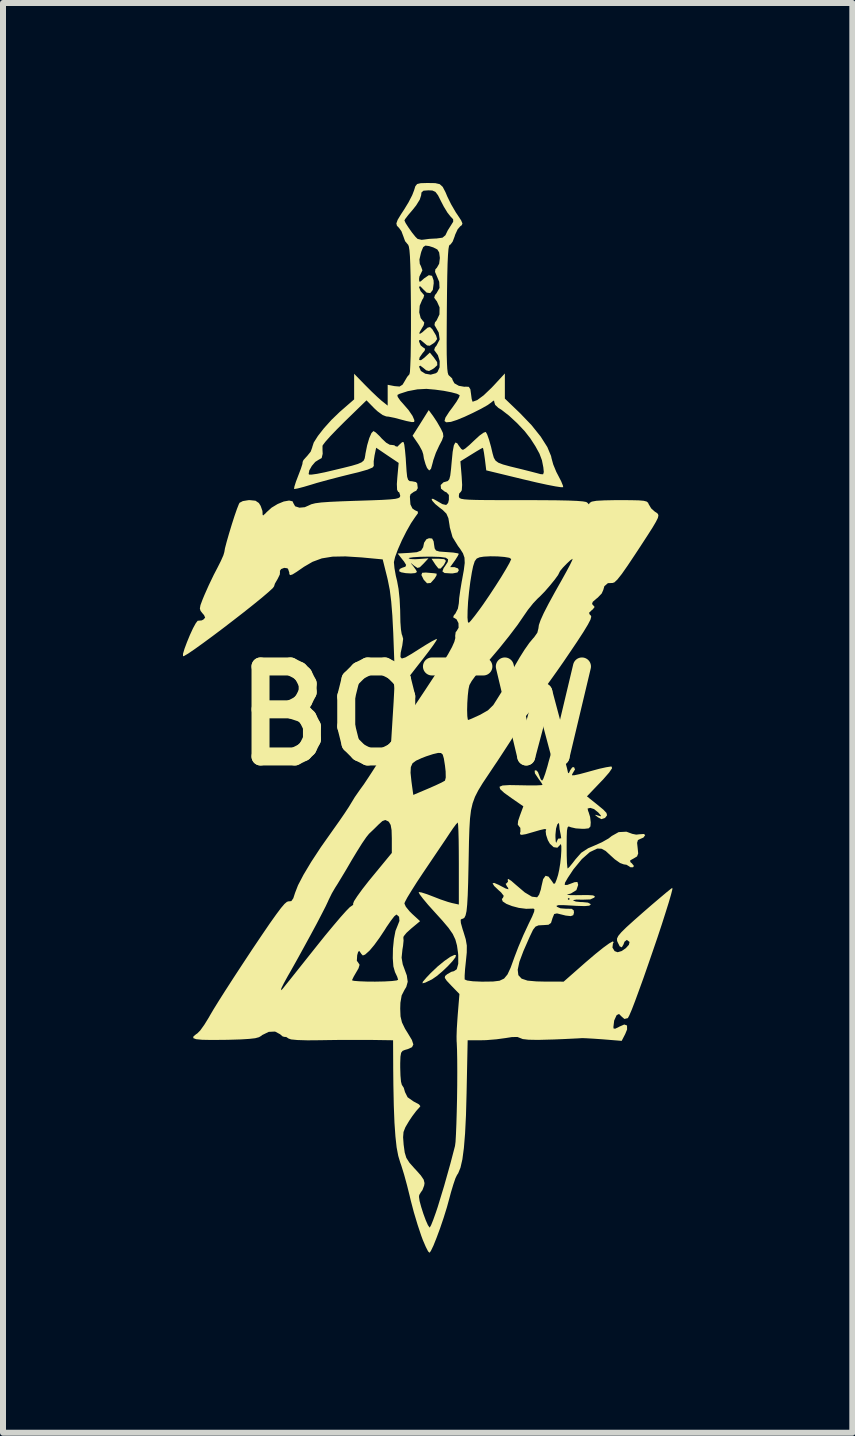
<source format=kicad_pcb>
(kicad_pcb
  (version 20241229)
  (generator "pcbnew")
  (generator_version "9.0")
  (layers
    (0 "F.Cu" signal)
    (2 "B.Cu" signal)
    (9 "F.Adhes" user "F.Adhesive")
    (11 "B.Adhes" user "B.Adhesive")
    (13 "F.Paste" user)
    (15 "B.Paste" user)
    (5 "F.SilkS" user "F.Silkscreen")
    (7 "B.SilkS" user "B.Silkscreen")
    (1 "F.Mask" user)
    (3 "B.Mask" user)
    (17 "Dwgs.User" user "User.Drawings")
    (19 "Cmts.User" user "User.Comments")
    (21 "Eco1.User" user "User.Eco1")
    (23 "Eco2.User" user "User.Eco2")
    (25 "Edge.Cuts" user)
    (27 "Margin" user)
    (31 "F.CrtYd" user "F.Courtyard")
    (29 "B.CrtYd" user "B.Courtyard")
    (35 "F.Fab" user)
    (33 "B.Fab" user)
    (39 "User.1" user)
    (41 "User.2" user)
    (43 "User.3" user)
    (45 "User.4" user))
  (footprint "BOTW"
    (layer "F.Cu")
    (at 3.899 8.879)
    (property "Reference" "BOTW" (at 0 0 0) (layer "F.SilkS") (effects (font (size 1.5 1.5) (thickness 0.3))))
    (attr board_only exclude_from_pos_files exclude_from_bom)
    (fp_poly (pts (xy 0.455 -2.61) (xy 0.483 -2.582) (xy 0.454 -2.523) (xy 0.44 -2.503) (xy 0.394 -2.453) (xy 0.357 -2.455) (xy 0.31 -2.515) (xy 0.3 -2.53) (xy 0.243 -2.617) (xy 0.366 -2.617)) (stroke (width 0) (type solid)) (fill yes) (layer "F.SilkS"))
    (fp_poly (pts (xy 0.241 -2.379) (xy 0.289 -2.375) (xy 0.329 -2.368) (xy 0.326 -2.339) (xy 0.293 -2.285) (xy 0.228 -2.213) (xy 0.168 -2.208) (xy 0.113 -2.267) (xy 0.074 -2.346) (xy 0.087 -2.383) (xy 0.148 -2.387)) (stroke (width 0) (type solid)) (fill yes) (layer "F.SilkS"))
    (fp_poly (pts (xy 0.65 3.988) (xy 0.642 4.024) (xy 0.592 4.09) (xy 0.514 4.174) (xy 0.422 4.261) (xy 0.329 4.339) (xy 0.249 4.394) (xy 0.238 4.399) (xy 0.139 4.447) (xy 0.092 4.459) (xy 0.098 4.433) (xy 0.155 4.366) (xy 0.228 4.289) (xy 0.346 4.177) (xy 0.46 4.084) (xy 0.557 4.017) (xy 0.626 3.985)) (stroke (width 0) (type solid)) (fill yes) (layer "F.SilkS"))
    (fp_poly (pts (xy 0.267 -4.998) (xy 0.334 -4.897) (xy 0.397 -4.787) (xy 0.399 -4.784) (xy 0.433 -4.712) (xy 0.44 -4.657) (xy 0.418 -4.592) (xy 0.372 -4.505) (xy 0.315 -4.382) (xy 0.272 -4.258) (xy 0.261 -4.213) (xy 0.234 -4.116) (xy 0.204 -4.088) (xy 0.168 -4.13) (xy 0.143 -4.192) (xy 0.116 -4.285) (xy 0.105 -4.355) (xy 0.105 -4.356) (xy 0.086 -4.416) (xy 0.038 -4.504) (xy 0.016 -4.538) (xy -0.073 -4.667) (xy 0.062 -4.88) (xy 0.196 -5.094)) (stroke (width 0) (type solid)) (fill yes) (layer "F.SilkS"))
    (fp_poly (pts (xy 0.253 -2.954) (xy 0.278 -2.906) (xy 0.285 -2.854) (xy 0.295 -2.789) (xy 0.318 -2.754) (xy 0.374 -2.737) (xy 0.48 -2.729) (xy 0.497 -2.728) (xy 0.605 -2.72) (xy 0.678 -2.708) (xy 0.698 -2.699) (xy 0.679 -2.661) (xy 0.635 -2.591) (xy 0.626 -2.579) (xy 0.553 -2.477) (xy 0.626 -2.477) (xy 0.684 -2.456) (xy 0.698 -2.425) (xy 0.675 -2.388) (xy 0.598 -2.373) (xy 0.558 -2.373) (xy 0.46 -2.379) (xy 0.424 -2.406) (xy 0.444 -2.46) (xy 0.47 -2.497) (xy 0.513 -2.563) (xy 0.519 -2.607) (xy 0.48 -2.634) (xy 0.389 -2.647) (xy 0.237 -2.652) (xy 0.192 -2.652) (xy 0.049 -2.649) (xy -0.062 -2.642) (xy -0.128 -2.632) (xy -0.14 -2.625) (xy -0.108 -2.612) (xy -0.029 -2.609) (xy 0.026 -2.612) (xy 0.192 -2.624) (xy 0.107 -2.533) (xy 0.048 -2.475) (xy 0.008 -2.464) (xy -0.04 -2.496) (xy -0.05 -2.503) (xy -0.099 -2.544) (xy -0.098 -2.537) (xy -0.061 -2.492) (xy -0.016 -2.43) (xy 0 -2.396) (xy -0.03 -2.378) (xy -0.101 -2.372) (xy -0.188 -2.377) (xy -0.263 -2.391) (xy -0.298 -2.41) (xy -0.288 -2.446) (xy -0.248 -2.466) (xy -0.192 -2.485) (xy -0.181 -2.514) (xy -0.215 -2.57) (xy -0.248 -2.611) (xy -0.321 -2.704) (xy -0.124 -2.715) (xy -0.002 -2.726) (xy 0.068 -2.753) (xy 0.103 -2.808) (xy 0.119 -2.884) (xy 0.157 -2.941) (xy 0.201 -2.959)) (stroke (width 0) (type solid)) (fill yes) (layer "F.SilkS"))
    (fp_poly (pts (xy 0.305 -8.877) (xy 0.379 -8.86) (xy 0.429 -8.815) (xy 0.475 -8.727) (xy 0.506 -8.653) (xy 0.569 -8.525) (xy 0.648 -8.389) (xy 0.678 -8.345) (xy 0.737 -8.255) (xy 0.758 -8.204) (xy 0.746 -8.175) (xy 0.724 -8.16) (xy 0.678 -8.107) (xy 0.636 -8.016) (xy 0.628 -7.989) (xy 0.595 -7.902) (xy 0.559 -7.854) (xy 0.548 -7.85) (xy 0.535 -7.833) (xy 0.525 -7.777) (xy 0.517 -7.678) (xy 0.51 -7.53) (xy 0.505 -7.328) (xy 0.501 -7.066) (xy 0.498 -6.767) (xy 0.496 -6.459) (xy 0.495 -6.214) (xy 0.496 -6.024) (xy 0.5 -5.883) (xy 0.505 -5.784) (xy 0.513 -5.719) (xy 0.524 -5.682) (xy 0.538 -5.666) (xy 0.541 -5.665) (xy 0.587 -5.621) (xy 0.593 -5.597) (xy 0.624 -5.541) (xy 0.698 -5.499) (xy 0.79 -5.483) (xy 0.813 -5.485) (xy 0.864 -5.482) (xy 0.89 -5.442) (xy 0.901 -5.364) (xy 0.912 -5.28) (xy 0.926 -5.236) (xy 0.929 -5.234) (xy 1.004 -5.261) (xy 1.111 -5.34) (xy 1.242 -5.465) (xy 1.282 -5.507) (xy 1.465 -5.705) (xy 1.465 -5.495) (xy 1.465 -5.286) (xy 1.719 -5.042) (xy 1.909 -4.844) (xy 2.062 -4.653) (xy 2.173 -4.478) (xy 2.235 -4.329) (xy 2.243 -4.291) (xy 2.271 -4.189) (xy 2.322 -4.065) (xy 2.354 -4.004) (xy 2.404 -3.907) (xy 2.433 -3.835) (xy 2.437 -3.81) (xy 2.401 -3.809) (xy 2.308 -3.823) (xy 2.169 -3.85) (xy 1.994 -3.888) (xy 1.795 -3.935) (xy 1.79 -3.936) (xy 1.155 -4.09) (xy 1.132 -4.278) (xy 1.117 -4.382) (xy 1.104 -4.45) (xy 1.097 -4.466) (xy 1.064 -4.449) (xy 0.989 -4.405) (xy 0.905 -4.353) (xy 0.724 -4.241) (xy 0.745 -3.987) (xy 0.753 -3.847) (xy 0.747 -3.759) (xy 0.732 -3.733) (xy 0.704 -3.704) (xy 0.698 -3.663) (xy 0.7 -3.644) (xy 0.711 -3.628) (xy 0.738 -3.616) (xy 0.788 -3.607) (xy 0.87 -3.601) (xy 0.989 -3.597) (xy 1.154 -3.595) (xy 1.372 -3.594) (xy 1.649 -3.594) (xy 1.759 -3.594) (xy 2.076 -3.593) (xy 2.329 -3.591) (xy 2.525 -3.587) (xy 2.667 -3.581) (xy 2.764 -3.573) (xy 2.82 -3.563) (xy 2.841 -3.55) (xy 2.864 -3.524) (xy 2.881 -3.55) (xy 2.913 -3.569) (xy 2.991 -3.583) (xy 3.123 -3.59) (xy 3.316 -3.594) (xy 3.373 -3.594) (xy 3.563 -3.593) (xy 3.695 -3.59) (xy 3.779 -3.583) (xy 3.828 -3.57) (xy 3.852 -3.55) (xy 3.862 -3.526) (xy 3.904 -3.456) (xy 3.964 -3.402) (xy 3.996 -3.382) (xy 4.017 -3.363) (xy 4.024 -3.336) (xy 4.014 -3.295) (xy 3.982 -3.231) (xy 3.926 -3.136) (xy 3.841 -3.003) (xy 3.724 -2.823) (xy 3.641 -2.697) (xy 3.511 -2.502) (xy 3.413 -2.362) (xy 3.34 -2.27) (xy 3.29 -2.223) (xy 3.258 -2.213) (xy 3.256 -2.213) (xy 3.182 -2.21) (xy 3.123 -2.159) (xy 3.105 -2.096) (xy 3.079 -2.038) (xy 3.014 -1.97) (xy 2.996 -1.956) (xy 2.93 -1.899) (xy 2.918 -1.863) (xy 2.935 -1.844) (xy 2.961 -1.813) (xy 2.93 -1.773) (xy 2.913 -1.76) (xy 2.868 -1.716) (xy 2.88 -1.685) (xy 2.893 -1.677) (xy 2.905 -1.652) (xy 2.892 -1.603) (xy 2.849 -1.52) (xy 2.774 -1.396) (xy 2.668 -1.233) (xy 2.554 -1.064) (xy 2.44 -0.896) (xy 2.337 -0.749) (xy 2.259 -0.639) (xy 2.251 -0.628) (xy 2.156 -0.496) (xy 2.063 -0.354) (xy 2.007 -0.263) (xy 1.936 -0.151) (xy 1.864 -0.052) (xy 1.829 -0.011) (xy 1.765 0.068) (xy 1.727 0.139) (xy 1.701 0.189) (xy 1.643 0.287) (xy 1.558 0.423) (xy 1.452 0.586) (xy 1.333 0.768) (xy 1.308 0.804) (xy 1.19 0.981) (xy 1.095 1.123) (xy 1.022 1.243) (xy 0.967 1.351) (xy 0.928 1.458) (xy 0.901 1.575) (xy 0.884 1.713) (xy 0.874 1.883) (xy 0.867 2.095) (xy 0.862 2.361) (xy 0.859 2.512) (xy 0.853 2.784) (xy 0.846 2.993) (xy 0.837 3.148) (xy 0.826 3.257) (xy 0.81 3.327) (xy 0.79 3.367) (xy 0.765 3.383) (xy 0.749 3.384) (xy 0.728 3.4) (xy 0.732 3.454) (xy 0.761 3.558) (xy 0.775 3.6) (xy 0.813 3.725) (xy 0.831 3.83) (xy 0.83 3.946) (xy 0.816 4.088) (xy 0.802 4.221) (xy 0.795 4.328) (xy 0.795 4.39) (xy 0.796 4.395) (xy 0.836 4.412) (xy 0.932 4.425) (xy 1.073 4.431) (xy 1.114 4.431) (xy 1.268 4.429) (xy 1.376 4.416) (xy 1.452 4.38) (xy 1.509 4.311) (xy 1.561 4.199) (xy 1.622 4.031) (xy 1.622 4.03) (xy 1.689 3.855) (xy 1.772 3.659) (xy 1.853 3.485) (xy 1.856 3.478) (xy 1.92 3.346) (xy 1.953 3.265) (xy 1.958 3.224) (xy 1.939 3.213) (xy 1.929 3.214) (xy 1.819 3.217) (xy 1.699 3.202) (xy 1.585 3.172) (xy 1.491 3.135) (xy 1.429 3.094) (xy 1.415 3.054) (xy 1.416 3.053) (xy 2.512 3.053) (xy 2.53 3.07) (xy 2.547 3.053) (xy 2.53 3.035) (xy 2.512 3.053) (xy 1.416 3.053) (xy 1.434 3.033) (xy 1.446 3.001) (xy 1.403 2.945) (xy 1.367 2.913) (xy 1.287 2.837) (xy 1.26 2.793) (xy 1.286 2.785) (xy 1.365 2.819) (xy 1.379 2.827) (xy 1.479 2.879) (xy 1.524 2.892) (xy 1.519 2.868) (xy 1.5 2.844) (xy 1.478 2.8) (xy 1.495 2.791) (xy 1.517 2.765) (xy 1.512 2.73) (xy 1.522 2.719) (xy 1.572 2.751) (xy 1.643 2.813) (xy 1.797 2.944) (xy 1.916 3.015) (xy 2 3.025) (xy 2.005 3.023) (xy 2.036 2.981) (xy 2.065 2.894) (xy 2.074 2.847) (xy 2.103 2.723) (xy 2.143 2.667) (xy 2.193 2.681) (xy 2.254 2.763) (xy 2.259 2.772) (xy 2.282 2.803) (xy 2.303 2.79) (xy 2.329 2.725) (xy 2.352 2.652) (xy 2.371 2.566) (xy 2.388 2.46) (xy 2.4 2.35) (xy 2.406 2.249) (xy 2.406 2.173) (xy 2.399 2.137) (xy 2.384 2.154) (xy 2.34 2.199) (xy 2.278 2.19) (xy 2.216 2.133) (xy 2.181 2.072) (xy 2.165 2.024) (xy 2.308 2.024) (xy 2.313 2.099) (xy 2.322 2.119) (xy 2.327 2.102) (xy 2.353 2.048) (xy 2.381 2.046) (xy 2.404 2.041) (xy 2.396 1.985) (xy 2.377 1.889) (xy 2.372 1.832) (xy 2.366 1.786) (xy 2.344 1.805) (xy 2.338 1.814) (xy 2.318 1.88) (xy 2.308 1.982) (xy 2.308 2.024) (xy 2.165 2.024) (xy 2.152 1.984) (xy 2.145 1.923) (xy 2.148 1.915) (xy 2.154 1.892) (xy 2.125 1.888) (xy 2.05 1.905) (xy 1.94 1.937) (xy 1.815 1.973) (xy 1.744 1.985) (xy 1.717 1.974) (xy 1.721 1.939) (xy 1.725 1.93) (xy 1.723 1.868) (xy 1.703 1.845) (xy 1.68 1.813) (xy 1.686 1.752) (xy 1.716 1.663) (xy 1.773 1.509) (xy 1.578 1.374) (xy 1.454 1.285) (xy 1.386 1.222) (xy 1.376 1.183) (xy 1.426 1.162) (xy 1.54 1.155) (xy 1.721 1.158) (xy 1.723 1.158) (xy 1.875 1.161) (xy 1.996 1.16) (xy 2.073 1.156) (xy 2.093 1.151) (xy 2.073 1.115) (xy 2.026 1.05) (xy 2.024 1.047) (xy 1.966 0.96) (xy 1.961 0.915) (xy 1.985 0.907) (xy 2.016 0.937) (xy 2.038 0.994) (xy 2.063 1.06) (xy 2.086 1.082) (xy 2.106 1.05) (xy 2.137 0.966) (xy 2.174 0.844) (xy 2.194 0.768) (xy 2.233 0.631) (xy 2.27 0.524) (xy 2.299 0.463) (xy 2.309 0.454) (xy 2.342 0.484) (xy 2.387 0.561) (xy 2.434 0.667) (xy 2.476 0.782) (xy 2.501 0.875) (xy 2.517 0.948) (xy 2.531 0.958) (xy 2.552 0.912) (xy 2.552 0.911) (xy 2.587 0.86) (xy 2.618 0.856) (xy 2.634 0.895) (xy 2.613 0.929) (xy 2.585 0.977) (xy 2.587 0.993) (xy 2.624 0.991) (xy 2.713 0.972) (xy 2.836 0.939) (xy 2.897 0.922) (xy 3.036 0.884) (xy 3.153 0.858) (xy 3.23 0.846) (xy 3.245 0.847) (xy 3.251 0.875) (xy 3.203 0.946) (xy 3.103 1.061) (xy 3.065 1.1) (xy 2.833 1.343) (xy 3.004 1.48) (xy 3.106 1.564) (xy 3.158 1.619) (xy 3.168 1.658) (xy 3.143 1.693) (xy 3.129 1.705) (xy 3.074 1.723) (xy 3.015 1.691) (xy 2.969 1.654) (xy 2.98 1.651) (xy 3.018 1.663) (xy 3.065 1.676) (xy 3.064 1.661) (xy 3.021 1.611) (xy 2.951 1.555) (xy 2.889 1.535) (xy 2.844 1.546) (xy 2.853 1.589) (xy 2.86 1.603) (xy 2.886 1.687) (xy 2.896 1.777) (xy 2.891 1.845) (xy 2.862 1.876) (xy 2.79 1.884) (xy 2.754 1.884) (xy 2.648 1.877) (xy 2.565 1.858) (xy 2.553 1.853) (xy 2.527 1.844) (xy 2.51 1.861) (xy 2.5 1.914) (xy 2.496 2.013) (xy 2.495 2.171) (xy 2.495 2.184) (xy 2.496 2.333) (xy 2.5 2.453) (xy 2.507 2.527) (xy 2.512 2.546) (xy 2.541 2.519) (xy 2.596 2.452) (xy 2.642 2.392) (xy 2.738 2.283) (xy 2.853 2.208) (xy 2.956 2.164) (xy 3.082 2.108) (xy 3.193 2.045) (xy 3.247 2.003) (xy 3.361 1.939) (xy 3.491 1.932) (xy 3.589 1.968) (xy 3.654 1.981) (xy 3.718 1.974) (xy 3.785 1.97) (xy 3.803 1.991) (xy 3.774 2.03) (xy 3.73 2.049) (xy 3.683 2.071) (xy 3.669 2.118) (xy 3.678 2.204) (xy 3.687 2.295) (xy 3.668 2.344) (xy 3.612 2.378) (xy 3.554 2.41) (xy 3.556 2.438) (xy 3.582 2.46) (xy 3.616 2.503) (xy 3.601 2.525) (xy 3.553 2.524) (xy 3.542 2.513) (xy 3.492 2.483) (xy 3.448 2.477) (xy 3.385 2.454) (xy 3.298 2.393) (xy 3.235 2.336) (xy 3.145 2.253) (xy 3.077 2.216) (xy 3.014 2.213) (xy 3.001 2.215) (xy 2.881 2.272) (xy 2.748 2.389) (xy 2.608 2.559) (xy 2.514 2.701) (xy 2.467 2.783) (xy 2.463 2.82) (xy 2.506 2.819) (xy 2.605 2.782) (xy 2.625 2.774) (xy 2.674 2.77) (xy 2.687 2.818) (xy 2.657 2.906) (xy 2.566 2.962) (xy 2.512 2.977) (xy 2.503 2.984) (xy 2.554 2.989) (xy 2.654 2.99) (xy 2.71 2.989) (xy 2.85 2.988) (xy 2.931 2.993) (xy 2.964 3.006) (xy 2.957 3.028) (xy 2.956 3.03) (xy 2.888 3.061) (xy 2.761 3.065) (xy 2.753 3.065) (xy 2.661 3.063) (xy 2.609 3.071) (xy 2.605 3.079) (xy 2.647 3.096) (xy 2.731 3.105) (xy 2.758 3.105) (xy 2.85 3.114) (xy 2.894 3.138) (xy 2.896 3.145) (xy 2.872 3.165) (xy 2.796 3.172) (xy 2.662 3.168) (xy 2.594 3.164) (xy 2.446 3.156) (xy 2.359 3.156) (xy 2.326 3.167) (xy 2.332 3.183) (xy 2.392 3.209) (xy 2.485 3.216) (xy 2.495 3.216) (xy 2.578 3.217) (xy 2.612 3.242) (xy 2.617 3.281) (xy 2.605 3.323) (xy 2.564 3.339) (xy 2.48 3.33) (xy 2.343 3.296) (xy 2.333 3.294) (xy 2.287 3.304) (xy 2.258 3.375) (xy 2.256 3.383) (xy 2.234 3.453) (xy 2.192 3.483) (xy 2.105 3.489) (xy 2.101 3.489) (xy 2.026 3.493) (xy 1.976 3.514) (xy 1.935 3.566) (xy 1.887 3.666) (xy 1.876 3.69) (xy 1.774 3.922) (xy 1.707 4.101) (xy 1.679 4.232) (xy 1.69 4.323) (xy 1.744 4.381) (xy 1.843 4.414) (xy 1.99 4.427) (xy 2.121 4.43) (xy 2.445 4.431) (xy 2.812 4.108) (xy 2.973 3.971) (xy 3.105 3.865) (xy 3.203 3.794) (xy 3.262 3.761) (xy 3.279 3.771) (xy 3.266 3.797) (xy 3.258 3.863) (xy 3.294 3.922) (xy 3.344 3.941) (xy 3.412 3.921) (xy 3.481 3.873) (xy 3.532 3.817) (xy 3.543 3.771) (xy 3.542 3.769) (xy 3.498 3.735) (xy 3.459 3.766) (xy 3.442 3.811) (xy 3.414 3.859) (xy 3.379 3.843) (xy 3.341 3.766) (xy 3.335 3.747) (xy 3.334 3.713) (xy 3.355 3.669) (xy 3.405 3.609) (xy 3.49 3.525) (xy 3.616 3.411) (xy 3.769 3.276) (xy 3.92 3.145) (xy 4.053 3.032) (xy 4.16 2.942) (xy 4.231 2.885) (xy 4.256 2.868) (xy 4.256 2.895) (xy 4.235 2.978) (xy 4.197 3.109) (xy 4.144 3.278) (xy 4.081 3.476) (xy 4.009 3.693) (xy 3.931 3.921) (xy 3.852 4.15) (xy 3.775 4.371) (xy 3.701 4.575) (xy 3.636 4.753) (xy 3.581 4.896) (xy 3.539 4.994) (xy 3.515 5.038) (xy 3.514 5.039) (xy 3.457 5.053) (xy 3.41 5.012) (xy 3.368 4.97) (xy 3.332 4.987) (xy 3.325 4.995) (xy 3.287 5.079) (xy 3.274 5.185) (xy 3.276 5.211) (xy 3.303 5.216) (xy 3.365 5.186) (xy 3.371 5.182) (xy 3.455 5.145) (xy 3.501 5.162) (xy 3.502 5.228) (xy 3.471 5.304) (xy 3.412 5.418) (xy 3.093 5.392) (xy 2.949 5.382) (xy 2.83 5.375) (xy 2.754 5.372) (xy 2.739 5.373) (xy 2.693 5.376) (xy 2.591 5.381) (xy 2.447 5.388) (xy 2.277 5.395) (xy 2.24 5.396) (xy 2.018 5.402) (xy 1.86 5.399) (xy 1.763 5.388) (xy 1.728 5.374) (xy 1.674 5.353) (xy 1.581 5.355) (xy 1.479 5.371) (xy 1.324 5.392) (xy 1.151 5.406) (xy 1.062 5.408) (xy 0.845 5.408) (xy 0.827 6.289) (xy 0.817 6.657) (xy 0.802 6.961) (xy 0.782 7.205) (xy 0.757 7.393) (xy 0.725 7.532) (xy 0.687 7.625) (xy 0.668 7.653) (xy 0.642 7.706) (xy 0.607 7.809) (xy 0.566 7.945) (xy 0.544 8.028) (xy 0.499 8.192) (xy 0.444 8.369) (xy 0.385 8.543) (xy 0.326 8.702) (xy 0.274 8.832) (xy 0.232 8.919) (xy 0.21 8.949) (xy 0.186 8.927) (xy 0.147 8.851) (xy 0.098 8.737) (xy 0.07 8.661) (xy 0.011 8.484) (xy -0.052 8.274) (xy -0.106 8.068) (xy -0.122 7.999) (xy -0.166 7.823) (xy -0.214 7.647) (xy -0.26 7.498) (xy -0.28 7.441) (xy -0.312 7.334) (xy -0.339 7.192) (xy -0.359 7.009) (xy -0.375 6.78) (xy -0.386 6.498) (xy -0.393 6.157) (xy -0.396 5.863) (xy -0.279 5.863) (xy -0.275 5.995) (xy -0.266 6.097) (xy -0.252 6.151) (xy -0.249 6.155) (xy -0.22 6.2) (xy -0.199 6.272) (xy -0.156 6.358) (xy -0.058 6.427) (xy -0.047 6.433) (xy 0.033 6.476) (xy 0.057 6.506) (xy 0.034 6.536) (xy 0.033 6.536) (xy -0.013 6.587) (xy -0.079 6.675) (xy -0.132 6.754) (xy -0.193 6.857) (xy -0.224 6.937) (xy -0.231 7.024) (xy -0.222 7.148) (xy -0.221 7.155) (xy -0.204 7.279) (xy -0.177 7.368) (xy -0.126 7.448) (xy -0.039 7.546) (xy -0.027 7.558) (xy 0.064 7.66) (xy 0.112 7.731) (xy 0.126 7.788) (xy 0.12 7.829) (xy 0.092 7.904) (xy 0.066 7.94) (xy 0.038 7.987) (xy 0.034 8.018) (xy 0.044 8.087) (xy 0.071 8.187) (xy 0.107 8.3) (xy 0.146 8.406) (xy 0.182 8.488) (xy 0.209 8.527) (xy 0.214 8.528) (xy 0.236 8.489) (xy 0.272 8.399) (xy 0.317 8.273) (xy 0.346 8.186) (xy 0.452 7.838) (xy 0.556 7.468) (xy 0.634 7.17) (xy 0.643 7.101) (xy 0.65 6.975) (xy 0.657 6.805) (xy 0.663 6.604) (xy 0.668 6.383) (xy 0.671 6.157) (xy 0.672 5.938) (xy 0.671 5.738) (xy 0.668 5.57) (xy 0.663 5.448) (xy 0.661 5.425) (xy 0.66 5.345) (xy 0.664 5.217) (xy 0.674 5.062) (xy 0.68 4.979) (xy 0.708 4.637) (xy 0.572 4.497) (xy 0.496 4.416) (xy 0.464 4.368) (xy 0.469 4.337) (xy 0.504 4.307) (xy 0.574 4.267) (xy 0.615 4.257) (xy 0.663 4.225) (xy 0.688 4.134) (xy 0.688 3.991) (xy 0.684 3.947) (xy 0.667 3.828) (xy 0.64 3.729) (xy 0.596 3.636) (xy 0.526 3.535) (xy 0.422 3.412) (xy 0.296 3.273) (xy 0.186 3.151) (xy 0.1 3.048) (xy 0.044 2.974) (xy 0.028 2.939) (xy 0.03 2.938) (xy 0.077 2.945) (xy 0.168 2.974) (xy 0.267 3.012) (xy 0.396 3.062) (xy 0.518 3.103) (xy 0.584 3.121) (xy 0.698 3.146) (xy 0.698 2.463) (xy 0.697 2.253) (xy 0.695 2.069) (xy 0.691 1.922) (xy 0.686 1.822) (xy 0.681 1.78) (xy 0.68 1.779) (xy 0.653 1.806) (xy 0.601 1.876) (xy 0.542 1.963) (xy 0.48 2.057) (xy 0.388 2.193) (xy 0.278 2.356) (xy 0.16 2.531) (xy 0.106 2.611) (xy -0.001 2.772) (xy -0.092 2.916) (xy -0.162 3.031) (xy -0.202 3.107) (xy -0.209 3.13) (xy -0.185 3.183) (xy -0.124 3.258) (xy -0.079 3.303) (xy 0.052 3.423) (xy -0.096 3.546) (xy -0.175 3.618) (xy -0.221 3.675) (xy -0.227 3.698) (xy -0.223 3.746) (xy -0.232 3.837) (xy -0.242 3.895) (xy -0.256 4.032) (xy -0.237 4.143) (xy -0.221 4.186) (xy -0.169 4.328) (xy -0.154 4.433) (xy -0.178 4.519) (xy -0.208 4.569) (xy -0.255 4.661) (xy -0.276 4.783) (xy -0.279 4.881) (xy -0.274 5.01) (xy -0.25 5.11) (xy -0.199 5.215) (xy -0.153 5.289) (xy -0.084 5.404) (xy -0.06 5.478) (xy -0.082 5.523) (xy -0.152 5.555) (xy -0.201 5.569) (xy -0.24 5.585) (xy -0.264 5.617) (xy -0.275 5.68) (xy -0.279 5.79) (xy -0.279 5.863) (xy -0.396 5.863) (xy -0.396 5.818) (xy -0.398 5.408) (xy -0.731 5.403) (xy -0.893 5.402) (xy -1.1 5.402) (xy -1.328 5.403) (xy -1.552 5.406) (xy -1.592 5.407) (xy -1.825 5.409) (xy -1.993 5.404) (xy -2.098 5.394) (xy -2.143 5.378) (xy -2.144 5.376) (xy -2.183 5.351) (xy -2.196 5.354) (xy -2.237 5.345) (xy -2.282 5.307) (xy -2.365 5.263) (xy -2.471 5.268) (xy -2.579 5.321) (xy -2.594 5.334) (xy -2.633 5.357) (xy -2.696 5.374) (xy -2.793 5.385) (xy -2.937 5.394) (xy -3.137 5.4) (xy -3.196 5.401) (xy -3.42 5.403) (xy -3.58 5.4) (xy -3.681 5.39) (xy -3.728 5.372) (xy -3.726 5.345) (xy -3.681 5.307) (xy -3.662 5.295) (xy -3.612 5.245) (xy -3.544 5.15) (xy -3.47 5.03) (xy -3.451 4.996) (xy -3.394 4.899) (xy -3.305 4.755) (xy -3.191 4.575) (xy -2.267 4.575) (xy -2.241 4.554) (xy -2.239 4.551) (xy -2.211 4.516) (xy -2.145 4.433) (xy -2.125 4.409) (xy -1.082 4.409) (xy -1.049 4.418) (xy -0.961 4.425) (xy -0.831 4.43) (xy -0.698 4.431) (xy -0.544 4.428) (xy -0.419 4.421) (xy -0.338 4.411) (xy -0.314 4.4) (xy -0.329 4.35) (xy -0.366 4.272) (xy -0.367 4.269) (xy -0.393 4.177) (xy -0.403 4.04) (xy -0.4 3.88) (xy -0.384 3.721) (xy -0.358 3.585) (xy -0.323 3.498) (xy -0.292 3.419) (xy -0.298 3.35) (xy -0.337 3.315) (xy -0.345 3.315) (xy -0.378 3.342) (xy -0.435 3.416) (xy -0.508 3.522) (xy -0.537 3.569) (xy -0.624 3.7) (xy -0.712 3.821) (xy -0.785 3.908) (xy -0.798 3.921) (xy -0.864 3.98) (xy -0.902 3.995) (xy -0.928 3.968) (xy -0.936 3.955) (xy -0.963 3.918) (xy -0.981 3.937) (xy -0.996 3.99) (xy -1.002 4.083) (xy -0.977 4.117) (xy -0.956 4.15) (xy -0.974 4.209) (xy -1.007 4.266) (xy -1.054 4.347) (xy -1.08 4.401) (xy -1.082 4.409) (xy -2.125 4.409) (xy -2.048 4.312) (xy -1.927 4.16) (xy -1.787 3.984) (xy -1.678 3.847) (xy -1.529 3.661) (xy -1.391 3.495) (xy -1.273 3.356) (xy -1.18 3.252) (xy -1.118 3.189) (xy -1.097 3.175) (xy -1.063 3.151) (xy -1.064 3.131) (xy -1.049 3.09) (xy -0.995 3.007) (xy -0.911 2.891) (xy -0.804 2.754) (xy -0.749 2.687) (xy -0.419 2.286) (xy -0.419 2.045) (xy -0.423 1.906) (xy -0.438 1.82) (xy -0.467 1.77) (xy -0.48 1.759) (xy -0.528 1.737) (xy -0.576 1.755) (xy -0.635 1.808) (xy -0.719 1.891) (xy -0.796 1.964) (xy -0.8 1.968) (xy -0.845 2.024) (xy -0.915 2.126) (xy -0.999 2.26) (xy -1.086 2.404) (xy -1.175 2.557) (xy -1.258 2.695) (xy -1.324 2.804) (xy -1.363 2.865) (xy -1.418 2.959) (xy -1.474 3.073) (xy -1.482 3.092) (xy -1.52 3.173) (xy -1.586 3.302) (xy -1.673 3.469) (xy -1.776 3.66) (xy -1.888 3.865) (xy -2.002 4.072) (xy -2.112 4.268) (xy -2.152 4.337) (xy -2.22 4.461) (xy -2.26 4.542) (xy -2.267 4.575) (xy -3.191 4.575) (xy -3.19 4.574) (xy -3.056 4.366) (xy -2.91 4.143) (xy -2.759 3.914) (xy -2.756 3.909) (xy -2.587 3.658) (xy -2.452 3.46) (xy -2.346 3.311) (xy -2.266 3.204) (xy -2.208 3.136) (xy -2.167 3.101) (xy -2.139 3.092) (xy -2.137 3.093) (xy -2.094 3.089) (xy -2.061 3.042) (xy -2.032 2.953) (xy -1.982 2.824) (xy -1.891 2.65) (xy -1.763 2.436) (xy -1.601 2.189) (xy -1.409 1.917) (xy -1.397 1.9) (xy -1.297 1.759) (xy -1.205 1.625) (xy -1.134 1.517) (xy -1.102 1.464) (xy -1.035 1.354) (xy -0.955 1.239) (xy -0.942 1.221) (xy -0.884 1.141) (xy -0.803 1.019) (xy -0.758 0.95) (xy -0.107 0.95) (xy -0.092 1.093) (xy -0.083 1.161) (xy -0.061 1.319) (xy 0.187 1.214) (xy 0.31 1.16) (xy 0.408 1.114) (xy 0.464 1.083) (xy 0.467 1.08) (xy 0.48 1.03) (xy 0.478 0.928) (xy 0.467 0.83) (xy 0.448 0.711) (xy 0.429 0.646) (xy 0.401 0.621) (xy 0.355 0.619) (xy 0.349 0.62) (xy 0.268 0.639) (xy 0.154 0.676) (xy 0.079 0.705) (xy -0.015 0.748) (xy -0.074 0.792) (xy -0.102 0.855) (xy -0.107 0.95) (xy -0.758 0.95) (xy -0.709 0.874) (xy -0.639 0.764) (xy -0.43 0.429) (xy -0.401 -0.038) (xy -0.389 -0.231) (xy -0.381 -0.384) (xy -0.375 -0.515) (xy -0.373 -0.637) (xy -0.374 -0.767) (xy -0.378 -0.919) (xy -0.385 -1.109) (xy -0.394 -1.351) (xy -0.395 -1.378) (xy -0.41 -1.669) (xy -0.429 -1.904) (xy -0.453 -2.097) (xy -0.486 -2.263) (xy -0.496 -2.306) (xy -0.571 -2.606) (xy -0.922 -2.639) (xy -1.191 -2.656) (xy -1.407 -2.652) (xy -1.586 -2.623) (xy -1.74 -2.566) (xy -1.886 -2.481) (xy -1.891 -2.477) (xy -2.007 -2.397) (xy -2.077 -2.354) (xy -2.114 -2.344) (xy -2.127 -2.362) (xy -2.128 -2.388) (xy -2.148 -2.446) (xy -2.16 -2.458) (xy -2.212 -2.465) (xy -2.264 -2.445) (xy -2.286 -2.412) (xy -2.282 -2.402) (xy -2.286 -2.354) (xy -2.322 -2.28) (xy -2.325 -2.275) (xy -2.367 -2.203) (xy -2.381 -2.158) (xy -2.381 -2.157) (xy -2.404 -2.126) (xy -2.475 -2.061) (xy -2.584 -1.968) (xy -2.723 -1.855) (xy -2.884 -1.727) (xy -3.058 -1.592) (xy -3.235 -1.456) (xy -3.408 -1.326) (xy -3.567 -1.209) (xy -3.705 -1.11) (xy -3.812 -1.037) (xy -3.88 -0.997) (xy -3.899 -0.992) (xy -3.899 -1.033) (xy -3.874 -1.117) (xy -3.833 -1.227) (xy -3.784 -1.346) (xy -3.733 -1.457) (xy -3.687 -1.541) (xy -3.655 -1.583) (xy -3.648 -1.584) (xy -3.589 -1.589) (xy -3.56 -1.603) (xy -3.53 -1.635) (xy -3.548 -1.677) (xy -3.574 -1.707) (xy -3.606 -1.747) (xy -3.618 -1.787) (xy -3.608 -1.844) (xy -3.573 -1.938) (xy -3.541 -2.015) (xy -3.47 -2.175) (xy -3.387 -2.348) (xy -3.326 -2.465) (xy -3.268 -2.58) (xy -3.226 -2.675) (xy -3.21 -2.73) (xy -3.21 -2.73) (xy -3.2 -2.79) (xy -3.172 -2.897) (xy -3.133 -3.033) (xy -3.088 -3.182) (xy -3.042 -3.326) (xy -3 -3.447) (xy -2.968 -3.528) (xy -2.956 -3.55) (xy -2.902 -3.578) (xy -2.81 -3.593) (xy -2.788 -3.594) (xy -2.691 -3.584) (xy -2.635 -3.546) (xy -2.605 -3.498) (xy -2.575 -3.413) (xy -2.572 -3.349) (xy -2.564 -3.338) (xy -2.523 -3.374) (xy -2.507 -3.392) (xy -2.423 -3.468) (xy -2.322 -3.529) (xy -2.22 -3.571) (xy -2.131 -3.587) (xy -2.073 -3.574) (xy -2.059 -3.542) (xy -2.03 -3.491) (xy -1.959 -3.468) (xy -1.87 -3.476) (xy -1.804 -3.505) (xy -1.761 -3.525) (xy -1.694 -3.542) (xy -1.594 -3.555) (xy -1.453 -3.565) (xy -1.26 -3.574) (xy -1.007 -3.583) (xy -0.998 -3.583) (xy -0.756 -3.591) (xy -0.576 -3.598) (xy -0.447 -3.606) (xy -0.362 -3.615) (xy -0.312 -3.627) (xy -0.287 -3.642) (xy -0.279 -3.662) (xy -0.279 -3.669) (xy -0.295 -3.723) (xy -0.314 -3.733) (xy -0.331 -3.766) (xy -0.335 -3.862) (xy -0.327 -3.973) (xy -0.305 -4.214) (xy -0.493 -4.34) (xy -0.68 -4.467) (xy -0.707 -4.337) (xy -0.721 -4.241) (xy -0.72 -4.172) (xy -0.718 -4.165) (xy -0.74 -4.137) (xy -0.824 -4.102) (xy -0.975 -4.059) (xy -1.092 -4.031) (xy -1.285 -3.983) (xy -1.488 -3.93) (xy -1.67 -3.88) (xy -1.758 -3.853) (xy -1.886 -3.815) (xy -1.986 -3.789) (xy -2.042 -3.779) (xy -2.048 -3.781) (xy -2.043 -3.818) (xy -2.017 -3.901) (xy -1.977 -4.006) (xy -1.967 -4.032) (xy -1.805 -4.032) (xy -1.799 -4.02) (xy -1.758 -4.019) (xy -1.665 -4.032) (xy -1.536 -4.058) (xy -1.438 -4.081) (xy -1.233 -4.13) (xy -1.085 -4.167) (xy -0.985 -4.197) (xy -0.923 -4.224) (xy -0.888 -4.253) (xy -0.871 -4.29) (xy -0.862 -4.34) (xy -0.858 -4.37) (xy -0.83 -4.508) (xy -0.795 -4.627) (xy -0.758 -4.712) (xy -0.725 -4.745) (xy -0.725 -4.745) (xy -0.686 -4.721) (xy -0.622 -4.66) (xy -0.587 -4.621) (xy -0.514 -4.552) (xy -0.452 -4.516) (xy -0.432 -4.515) (xy -0.376 -4.508) (xy -0.362 -4.494) (xy -0.327 -4.484) (xy -0.292 -4.519) (xy -0.247 -4.56) (xy -0.223 -4.561) (xy -0.211 -4.518) (xy -0.199 -4.423) (xy -0.187 -4.292) (xy -0.183 -4.223) (xy -0.173 -4.074) (xy -0.163 -3.981) (xy -0.147 -3.932) (xy -0.122 -3.911) (xy -0.083 -3.908) (xy -0.082 -3.908) (xy -0.017 -3.895) (xy 0.004 -3.873) (xy 0.012 -3.806) (xy 0.014 -3.794) (xy -0.011 -3.751) (xy -0.052 -3.732) (xy -0.107 -3.692) (xy -0.118 -3.653) (xy -0.112 -3.566) (xy -0.109 -3.523) (xy -0.076 -3.455) (xy -0.033 -3.425) (xy 0.014 -3.404) (xy 0.016 -3.375) (xy -0.026 -3.317) (xy -0.029 -3.313) (xy -0.099 -3.209) (xy -0.176 -3.073) (xy -0.252 -2.922) (xy -0.317 -2.774) (xy -0.364 -2.648) (xy -0.384 -2.562) (xy -0.384 -2.557) (xy -0.375 -2.461) (xy -0.352 -2.332) (xy -0.331 -2.245) (xy -0.307 -2.115) (xy -0.289 -1.945) (xy -0.28 -1.765) (xy -0.279 -1.709) (xy -0.276 -1.561) (xy -0.267 -1.439) (xy -0.254 -1.36) (xy -0.246 -1.341) (xy -0.23 -1.282) (xy -0.244 -1.174) (xy -0.245 -1.169) (xy -0.271 -1.05) (xy -0.275 -0.979) (xy -0.252 -0.954) (xy -0.191 -0.973) (xy -0.086 -1.034) (xy 0.021 -1.102) (xy 0.147 -1.181) (xy 0.25 -1.242) (xy 0.317 -1.276) (xy 0.335 -1.281) (xy 0.321 -1.25) (xy 0.271 -1.175) (xy 0.193 -1.069) (xy 0.097 -0.944) (xy -0.008 -0.81) (xy -0.1 -0.691) (xy -0.17 -0.602) (xy -0.203 -0.557) (xy -0.218 -0.51) (xy -0.234 -0.418) (xy -0.248 -0.298) (xy -0.261 -0.165) (xy -0.27 -0.036) (xy -0.275 0.073) (xy -0.273 0.147) (xy -0.264 0.17) (xy -0.263 0.168) (xy -0.241 0.137) (xy -0.187 0.057) (xy -0.106 -0.064) (xy -0.086 -0.095) (xy 0.836 -0.095) (xy 0.839 0.004) (xy 0.847 0.062) (xy 0.854 0.07) (xy 0.892 0.056) (xy 0.973 0.02) (xy 1.054 -0.017) (xy 1.182 -0.09) (xy 1.272 -0.178) (xy 1.338 -0.282) (xy 1.4 -0.381) (xy 1.457 -0.453) (xy 1.487 -0.478) (xy 1.521 -0.522) (xy 1.517 -0.56) (xy 1.527 -0.615) (xy 1.568 -0.711) (xy 1.632 -0.834) (xy 1.71 -0.969) (xy 1.793 -1.101) (xy 1.873 -1.215) (xy 1.94 -1.295) (xy 1.951 -1.306) (xy 2.006 -1.384) (xy 2.024 -1.455) (xy 2.032 -1.513) (xy 2.061 -1.596) (xy 2.113 -1.711) (xy 2.192 -1.865) (xy 2.302 -2.066) (xy 2.411 -2.259) (xy 2.488 -2.398) (xy 2.549 -2.512) (xy 2.586 -2.589) (xy 2.595 -2.617) (xy 2.558 -2.593) (xy 2.498 -2.537) (xy 2.433 -2.47) (xy 2.385 -2.412) (xy 2.373 -2.388) (xy 2.351 -2.344) (xy 2.294 -2.266) (xy 2.216 -2.17) (xy 2.13 -2.071) (xy 2.049 -1.988) (xy 2.012 -1.954) (xy 1.938 -1.876) (xy 1.85 -1.766) (xy 1.787 -1.675) (xy 1.678 -1.516) (xy 1.534 -1.326) (xy 1.372 -1.124) (xy 1.206 -0.928) (xy 1.076 -0.784) (xy 0.985 -0.679) (xy 0.912 -0.579) (xy 0.874 -0.511) (xy 0.859 -0.443) (xy 0.847 -0.337) (xy 0.839 -0.215) (xy 0.836 -0.095) (xy -0.086 -0.095) (xy -0.005 -0.216) (xy 0.111 -0.39) (xy 0.131 -0.42) (xy 0.296 -0.671) (xy 0.424 -0.871) (xy 0.519 -1.027) (xy 0.584 -1.145) (xy 0.623 -1.233) (xy 0.639 -1.295) (xy 0.637 -1.331) (xy 0.645 -1.393) (xy 0.661 -1.412) (xy 0.694 -1.467) (xy 0.692 -1.544) (xy 0.66 -1.607) (xy 0.641 -1.619) (xy 0.61 -1.637) (xy 0.842 -1.637) (xy 0.849 -1.564) (xy 0.864 -1.548) (xy 0.899 -1.585) (xy 0.964 -1.666) (xy 1.047 -1.777) (xy 1.105 -1.858) (xy 1.206 -2.006) (xy 1.308 -2.161) (xy 1.403 -2.31) (xy 1.483 -2.443) (xy 1.541 -2.545) (xy 1.569 -2.606) (xy 1.57 -2.613) (xy 1.539 -2.633) (xy 1.457 -2.647) (xy 1.346 -2.656) (xy 1.224 -2.658) (xy 1.112 -2.652) (xy 1.044 -2.641) (xy 0.996 -2.62) (xy 0.963 -2.576) (xy 0.936 -2.492) (xy 0.915 -2.39) (xy 0.889 -2.231) (xy 0.868 -2.064) (xy 0.852 -1.9) (xy 0.844 -1.753) (xy 0.842 -1.637) (xy 0.61 -1.637) (xy 0.603 -1.641) (xy 0.615 -1.674) (xy 0.641 -1.704) (xy 0.682 -1.785) (xy 0.698 -1.875) (xy 0.704 -1.961) (xy 0.722 -2.09) (xy 0.746 -2.236) (xy 0.75 -2.256) (xy 0.781 -2.427) (xy 0.796 -2.547) (xy 0.792 -2.635) (xy 0.767 -2.707) (xy 0.72 -2.781) (xy 0.684 -2.829) (xy 0.593 -2.977) (xy 0.548 -3.138) (xy 0.543 -3.175) (xy 0.524 -3.292) (xy 0.491 -3.368) (xy 0.429 -3.43) (xy 0.382 -3.465) (xy 0.305 -3.528) (xy 0.257 -3.581) (xy 0.243 -3.614) (xy 0.268 -3.616) (xy 0.323 -3.586) (xy 0.425 -3.527) (xy 0.487 -3.513) (xy 0.519 -3.546) (xy 0.532 -3.599) (xy 0.532 -3.68) (xy 0.493 -3.723) (xy 0.463 -3.736) (xy 0.401 -3.785) (xy 0.395 -3.845) (xy 0.442 -3.891) (xy 0.478 -3.901) (xy 0.514 -3.912) (xy 0.539 -3.942) (xy 0.555 -4.004) (xy 0.568 -4.113) (xy 0.578 -4.225) (xy 0.595 -4.399) (xy 0.615 -4.507) (xy 0.64 -4.554) (xy 0.671 -4.542) (xy 0.697 -4.502) (xy 0.739 -4.446) (xy 0.766 -4.431) (xy 0.805 -4.454) (xy 0.876 -4.514) (xy 0.956 -4.59) (xy 1.042 -4.669) (xy 1.112 -4.719) (xy 1.147 -4.73) (xy 1.17 -4.689) (xy 1.202 -4.598) (xy 1.236 -4.477) (xy 1.238 -4.467) (xy 1.261 -4.37) (xy 1.281 -4.301) (xy 1.309 -4.253) (xy 1.356 -4.218) (xy 1.434 -4.188) (xy 1.554 -4.155) (xy 1.727 -4.113) (xy 1.779 -4.1) (xy 1.905 -4.068) (xy 2.009 -4.041) (xy 2.065 -4.026) (xy 2.103 -4.025) (xy 2.114 -4.062) (xy 2.106 -4.141) (xy 2.083 -4.258) (xy 2.042 -4.368) (xy 1.974 -4.492) (xy 1.89 -4.622) (xy 1.795 -4.744) (xy 1.669 -4.877) (xy 1.534 -5.002) (xy 1.409 -5.099) (xy 1.357 -5.131) (xy 1.303 -5.182) (xy 1.291 -5.22) (xy 1.284 -5.255) (xy 1.252 -5.234) (xy 1.242 -5.224) (xy 1.178 -5.178) (xy 1.068 -5.116) (xy 0.933 -5.048) (xy 0.792 -4.982) (xy 0.665 -4.93) (xy 0.572 -4.9) (xy 0.566 -4.898) (xy 0.489 -4.891) (xy 0.459 -4.912) (xy 0.474 -4.968) (xy 0.537 -5.066) (xy 0.591 -5.138) (xy 0.659 -5.234) (xy 0.702 -5.308) (xy 0.712 -5.343) (xy 0.668 -5.366) (xy 0.573 -5.391) (xy 0.446 -5.416) (xy 0.305 -5.435) (xy 0.17 -5.447) (xy 0.157 -5.448) (xy 0.007 -5.44) (xy -0.152 -5.41) (xy -0.289 -5.366) (xy -0.326 -5.347) (xy -0.321 -5.315) (xy -0.277 -5.251) (xy -0.234 -5.203) (xy -0.141 -5.096) (xy -0.074 -4.998) (xy -0.043 -4.926) (xy -0.047 -4.896) (xy -0.087 -4.895) (xy -0.173 -4.912) (xy -0.256 -4.934) (xy -0.373 -4.965) (xy -0.472 -4.985) (xy -0.513 -4.989) (xy -0.574 -5.013) (xy -0.657 -5.074) (xy -0.71 -5.123) (xy -0.841 -5.257) (xy -1.205 -4.903) (xy -1.335 -4.773) (xy -1.445 -4.658) (xy -1.526 -4.567) (xy -1.569 -4.51) (xy -1.574 -4.498) (xy -1.574 -4.424) (xy -1.571 -4.367) (xy -1.588 -4.295) (xy -1.638 -4.267) (xy -1.695 -4.231) (xy -1.752 -4.164) (xy -1.794 -4.09) (xy -1.805 -4.032) (xy -1.967 -4.032) (xy -1.935 -4.116) (xy -1.909 -4.197) (xy -1.905 -4.231) (xy -1.892 -4.261) (xy -1.842 -4.317) (xy -1.832 -4.327) (xy -1.771 -4.402) (xy -1.745 -4.474) (xy -1.745 -4.478) (xy -1.72 -4.554) (xy -1.651 -4.663) (xy -1.55 -4.792) (xy -1.425 -4.931) (xy -1.286 -5.065) (xy -1.255 -5.092) (xy -1.047 -5.273) (xy -1.047 -5.487) (xy -1.047 -5.7) (xy -0.862 -5.51) (xy -0.758 -5.406) (xy -0.658 -5.311) (xy -0.585 -5.246) (xy -0.583 -5.245) (xy -0.488 -5.169) (xy -0.488 -5.342) (xy -0.488 -5.516) (xy -0.374 -5.494) (xy -0.29 -5.487) (xy -0.24 -5.518) (xy -0.208 -5.571) (xy -0.163 -5.648) (xy -0.125 -5.692) (xy -0.117 -5.732) (xy -0.112 -5.818) (xy 0.035 -5.818) (xy 0.065 -5.747) (xy 0.138 -5.701) (xy 0.229 -5.685) (xy 0.316 -5.709) (xy 0.342 -5.729) (xy 0.377 -5.806) (xy 0.379 -5.911) (xy 0.349 -6.01) (xy 0.326 -6.042) (xy 0.287 -6.095) (xy 0.3 -6.138) (xy 0.326 -6.17) (xy 0.379 -6.272) (xy 0.363 -6.386) (xy 0.328 -6.449) (xy 0.292 -6.512) (xy 0.3 -6.556) (xy 0.328 -6.59) (xy 0.375 -6.689) (xy 0.377 -6.806) (xy 0.332 -6.907) (xy 0.326 -6.914) (xy 0.287 -6.967) (xy 0.3 -7.011) (xy 0.326 -7.042) (xy 0.376 -7.13) (xy 0.371 -7.232) (xy 0.332 -7.325) (xy 0.301 -7.398) (xy 0.307 -7.441) (xy 0.332 -7.467) (xy 0.37 -7.534) (xy 0.382 -7.63) (xy 0.37 -7.722) (xy 0.34 -7.771) (xy 0.274 -7.805) (xy 0.202 -7.828) (xy 0.141 -7.836) (xy 0.104 -7.811) (xy 0.074 -7.739) (xy 0.065 -7.708) (xy 0.041 -7.603) (xy 0.047 -7.532) (xy 0.066 -7.494) (xy 0.091 -7.424) (xy 0.073 -7.386) (xy 0.041 -7.321) (xy 0.035 -7.279) (xy 0.039 -7.236) (xy 0.061 -7.238) (xy 0.116 -7.287) (xy 0.12 -7.29) (xy 0.198 -7.343) (xy 0.251 -7.332) (xy 0.277 -7.257) (xy 0.279 -7.207) (xy 0.264 -7.097) (xy 0.222 -7.044) (xy 0.162 -7.052) (xy 0.108 -7.104) (xy 0.057 -7.157) (xy 0.035 -7.151) (xy 0.035 -7.144) (xy 0.06 -7.078) (xy 0.087 -7.048) (xy 0.12 -7.009) (xy 0.107 -6.962) (xy 0.087 -6.932) (xy 0.046 -6.834) (xy 0.038 -6.723) (xy 0.062 -6.628) (xy 0.088 -6.594) (xy 0.122 -6.554) (xy 0.112 -6.508) (xy 0.088 -6.468) (xy 0.043 -6.39) (xy 0.043 -6.362) (xy 0.086 -6.388) (xy 0.124 -6.422) (xy 0.179 -6.469) (xy 0.218 -6.478) (xy 0.256 -6.442) (xy 0.31 -6.352) (xy 0.319 -6.336) (xy 0.336 -6.279) (xy 0.302 -6.229) (xy 0.275 -6.207) (xy 0.213 -6.167) (xy 0.169 -6.172) (xy 0.113 -6.219) (xy 0.059 -6.264) (xy 0.037 -6.26) (xy 0.035 -6.236) (xy 0.062 -6.173) (xy 0.095 -6.145) (xy 0.136 -6.116) (xy 0.127 -6.082) (xy 0.095 -6.045) (xy 0.044 -5.972) (xy 0.036 -5.929) (xy 0.067 -5.926) (xy 0.125 -5.969) (xy 0.215 -6.053) (xy 0.282 -5.971) (xy 0.336 -5.894) (xy 0.339 -5.843) (xy 0.288 -5.795) (xy 0.266 -5.78) (xy 0.201 -5.746) (xy 0.153 -5.758) (xy 0.109 -5.795) (xy 0.054 -5.836) (xy 0.035 -5.82) (xy 0.035 -5.818) (xy -0.112 -5.818) (xy -0.111 -5.834) (xy -0.105 -5.99) (xy -0.102 -6.192) (xy -0.1 -6.432) (xy -0.1 -6.703) (xy -0.1 -6.773) (xy -0.103 -7.083) (xy -0.106 -7.329) (xy -0.111 -7.519) (xy -0.117 -7.659) (xy -0.125 -7.757) (xy -0.135 -7.819) (xy -0.147 -7.851) (xy -0.155 -7.858) (xy -0.198 -7.91) (xy -0.226 -7.988) (xy -0.259 -8.076) (xy -0.299 -8.131) (xy -0.334 -8.167) (xy -0.343 -8.206) (xy -0.325 -8.256) (xy -0.209 -8.256) (xy -0.19 -8.213) (xy -0.142 -8.138) (xy -0.082 -8.053) (xy -0.025 -7.982) (xy 0.011 -7.947) (xy 0.077 -7.932) (xy 0.122 -7.937) (xy 0.204 -7.948) (xy 0.311 -7.954) (xy 0.324 -7.954) (xy 0.426 -7.968) (xy 0.475 -8.009) (xy 0.478 -8.016) (xy 0.513 -8.089) (xy 0.563 -8.168) (xy 0.604 -8.234) (xy 0.603 -8.275) (xy 0.56 -8.32) (xy 0.509 -8.384) (xy 0.447 -8.486) (xy 0.404 -8.569) (xy 0.351 -8.674) (xy 0.308 -8.731) (xy 0.257 -8.754) (xy 0.192 -8.757) (xy 0.109 -8.751) (xy 0.075 -8.721) (xy 0.07 -8.675) (xy 0.047 -8.603) (xy -0.013 -8.506) (xy -0.07 -8.434) (xy -0.144 -8.347) (xy -0.194 -8.282) (xy -0.209 -8.256) (xy -0.325 -8.256) (xy -0.322 -8.265) (xy -0.267 -8.356) (xy -0.215 -8.435) (xy -0.14 -8.558) (xy -0.079 -8.677) (xy -0.048 -8.757) (xy -0.027 -8.825) (xy 0.003 -8.862) (xy 0.061 -8.876) (xy 0.166 -8.879) (xy 0.187 -8.879)) (stroke (width 0) (type solid)) (fill yes) (layer "F.SilkS")))
  (gr_rect
    (start -3 -3)
    (end 11.155 20.828)
    (stroke (width 0.1) (type default))
    (fill no)
    (layer "Edge.Cuts")))
</source>
